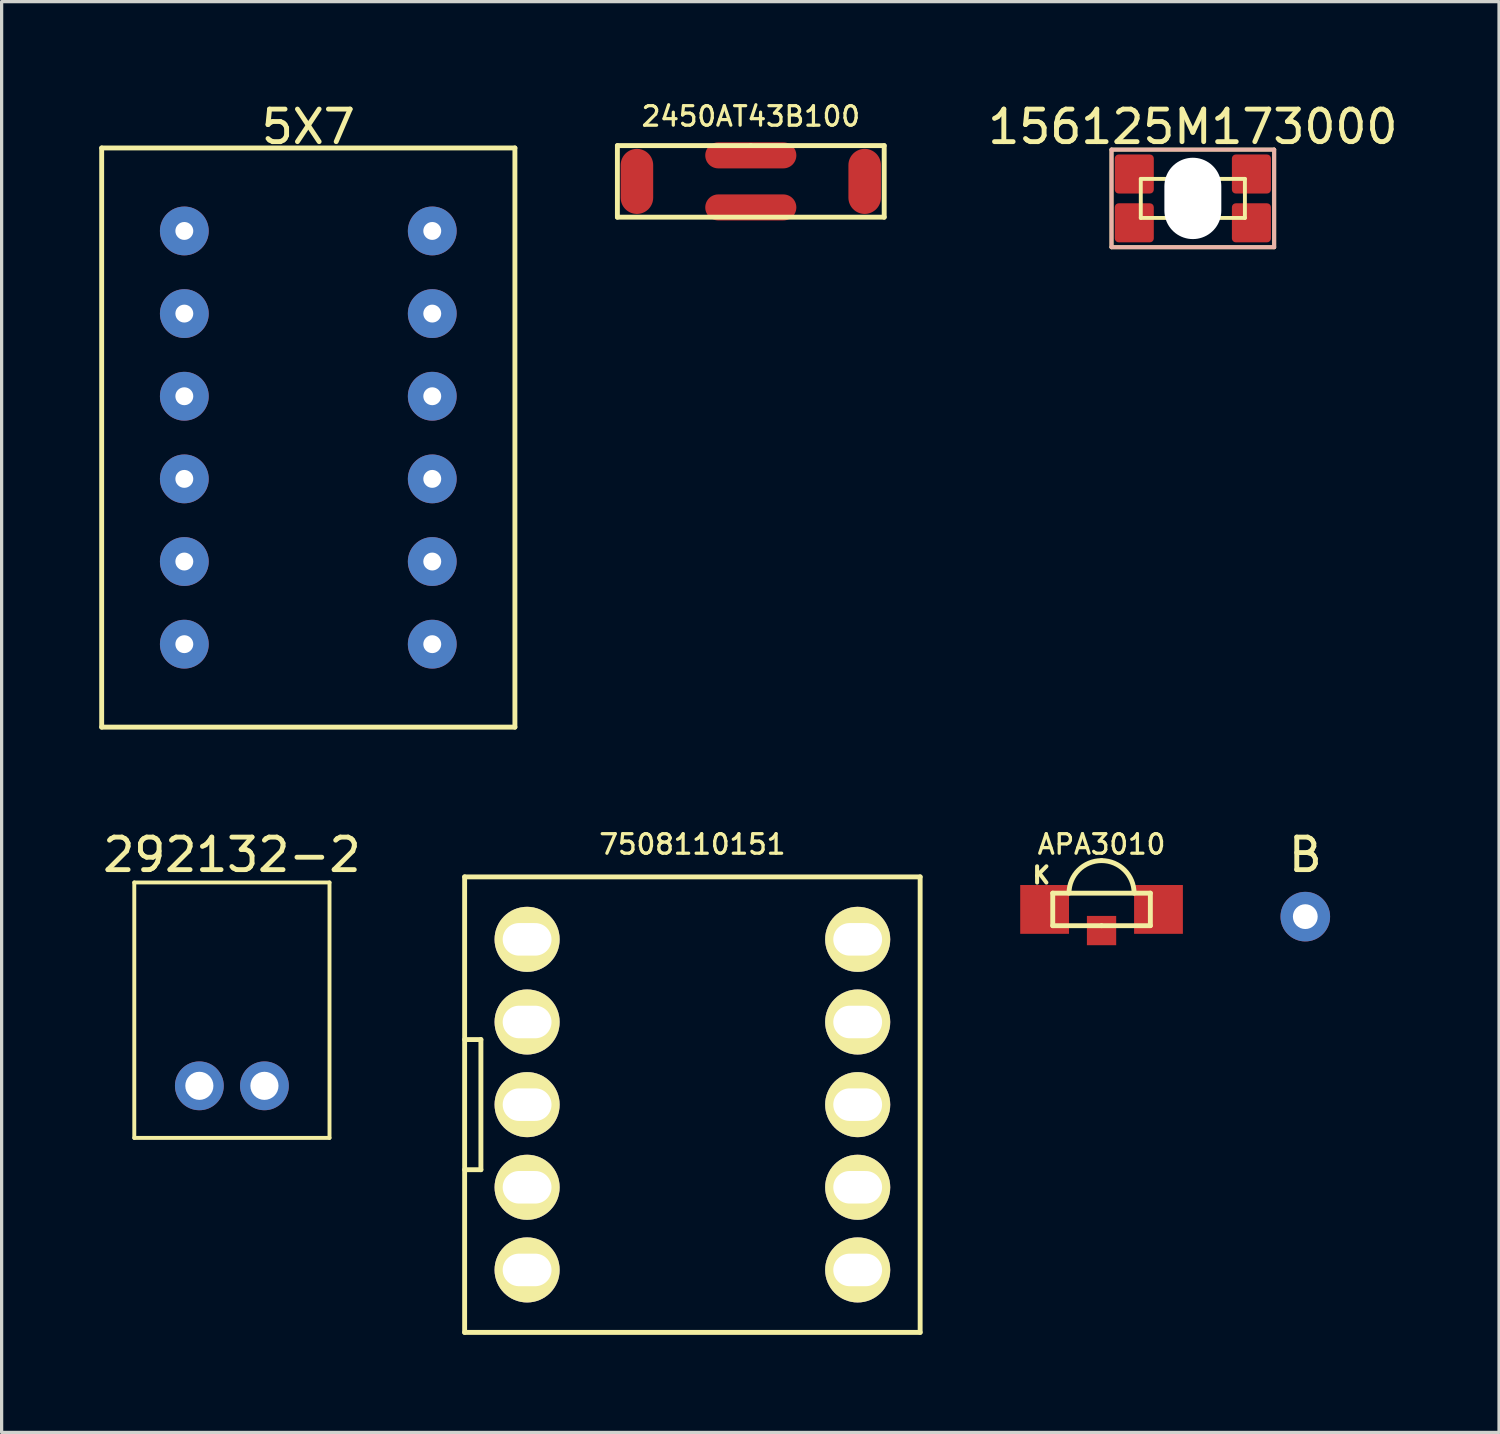
<source format=kicad_pcb>
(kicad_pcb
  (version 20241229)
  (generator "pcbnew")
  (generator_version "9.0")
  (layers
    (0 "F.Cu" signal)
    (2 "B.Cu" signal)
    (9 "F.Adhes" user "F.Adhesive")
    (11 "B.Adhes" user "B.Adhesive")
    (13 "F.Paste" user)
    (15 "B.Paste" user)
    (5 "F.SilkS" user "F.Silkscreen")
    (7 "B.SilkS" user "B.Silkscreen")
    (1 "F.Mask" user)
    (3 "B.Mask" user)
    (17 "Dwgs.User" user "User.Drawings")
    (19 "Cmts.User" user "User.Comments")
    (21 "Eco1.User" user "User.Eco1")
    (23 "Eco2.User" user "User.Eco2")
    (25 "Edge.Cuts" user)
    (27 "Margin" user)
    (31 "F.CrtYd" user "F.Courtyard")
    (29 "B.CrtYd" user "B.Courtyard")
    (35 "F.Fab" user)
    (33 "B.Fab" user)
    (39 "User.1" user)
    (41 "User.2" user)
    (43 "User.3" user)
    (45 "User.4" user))
  (footprint "5X7"
    (layer "F.Cu")
    (at 6.425 10.398)
    (property "Reference" "5X7" (at 0 -9.55 0) (layer "F.SilkS") (effects (font (size 1 1) (thickness 0.15))))
    (attr through_hole)
    (fp_line (start -6.35 -8.9) (end 6.35 -8.9) (stroke (width 0.15) (type solid)) (layer "F.SilkS"))
    (fp_line (start -6.35 8.9) (end -6.35 -8.9) (stroke (width 0.15) (type solid)) (layer "F.SilkS"))
    (fp_line (start 6.35 -8.9) (end 6.35 8.9) (stroke (width 0.15) (type solid)) (layer "F.SilkS"))
    (fp_line (start 6.35 8.9) (end -6.35 8.9) (stroke (width 0.15) (type solid)) (layer "F.SilkS"))
    (pad "1" thru_hole circle (at -3.81 -6.35) (size 1.5 1.5) (drill 0.55) (layers "*.Cu" "*.Mask"))
    (pad "2" thru_hole circle (at -3.81 -3.81) (size 1.5 1.5) (drill 0.55) (layers "*.Cu" "*.Mask"))
    (pad "3" thru_hole circle (at -3.81 -1.27) (size 1.5 1.5) (drill 0.55) (layers "*.Cu" "*.Mask"))
    (pad "4" thru_hole circle (at -3.81 1.27) (size 1.5 1.5) (drill 0.55) (layers "*.Cu" "*.Mask"))
    (pad "5" thru_hole circle (at -3.81 3.81) (size 1.5 1.5) (drill 0.55) (layers "*.Cu" "*.Mask"))
    (pad "6" thru_hole circle (at -3.81 6.35) (size 1.5 1.5) (drill 0.55) (layers "*.Cu" "*.Mask"))
    (pad "7" thru_hole circle (at 3.81 6.35) (size 1.5 1.5) (drill 0.55) (layers "*.Cu" "*.Mask"))
    (pad "8" thru_hole circle (at 3.81 3.81) (size 1.5 1.5) (drill 0.55) (layers "*.Cu" "*.Mask"))
    (pad "9" thru_hole circle (at 3.81 1.27) (size 1.5 1.5) (drill 0.55) (layers "*.Cu" "*.Mask"))
    (pad "10" thru_hole circle (at 3.81 -1.27) (size 1.5 1.5) (drill 0.55) (layers "*.Cu" "*.Mask"))
    (pad "11" thru_hole circle (at 3.81 -3.81) (size 1.5 1.5) (drill 0.55) (layers "*.Cu" "*.Mask"))
    (pad "12" thru_hole circle (at 3.81 -6.35) (size 1.5 1.5) (drill 0.55) (layers "*.Cu" "*.Mask")))
  (footprint "APA3010"
    (layer "F.Cu")
    (at 30.805 24.9)
    (property "Reference" "APA3010" (at 0 -2 0) (layer "F.SilkS") (effects (font (size 0.6 0.6) (thickness 0.1))))
    (attr smd)
    (fp_line (start -1.5 -0.5) (end 1.5 -0.5) (stroke (width 0.15) (type solid)) (layer "F.SilkS"))
    (fp_line (start -1.5 0.5) (end -1.5 -0.5) (stroke (width 0.15) (type solid)) (layer "F.SilkS"))
    (fp_line (start 0 0.5) (end -1.5 0.5) (stroke (width 0.15) (type solid)) (layer "F.SilkS"))
    (fp_line (start 1.5 -0.5) (end 1.5 0.5) (stroke (width 0.15) (type solid)) (layer "F.SilkS"))
    (fp_line (start 1.5 0.5) (end 0 0.5) (stroke (width 0.15) (type solid)) (layer "F.SilkS"))
    (fp_arc (start -1 -0.5) (mid -0.707107 -1.207107) (end 0 -1.5) (stroke (width 0.15) (type solid)) (layer "F.SilkS"))
    (fp_arc (start 0 -1.5) (mid 0.707107 -1.207107) (end 1 -0.5) (stroke (width 0.15) (type solid)) (layer "F.SilkS"))
    (fp_text user "K" (at -1.85 -1.05 180) (layer "F.SilkS") (effects (font (size 0.5 0.5) (thickness 0.124))))
    (pad "1" smd rect (at 1.75 0 180) (size 1.5 1.5) (layers "F.Cu" "F.Mask" "F.Paste"))
    (pad "2" smd rect (at -1.75 0 180) (size 1.5 1.5) (layers "F.Cu" "F.Mask" "F.Paste"))
    (pad "~" smd rect (at 0 0.65 180) (size 0.9 0.9) (layers "F.Cu" "F.Mask" "F.Paste")))
  (footprint "2450AT43B100"
    (layer "F.Cu")
    (at 20.025 2.525)
    (property "Reference" "2450AT43B100" (at 0 -2 0) (layer "F.SilkS") (effects (font (size 0.599 0.599) (thickness 0.099))))
    (attr through_hole)
    (fp_line (start -4.1 -1.1) (end -4.1 1.1) (stroke (width 0.15) (type solid)) (layer "F.SilkS"))
    (fp_line (start -4.1 1.1) (end 4.1 1.1) (stroke (width 0.15) (type solid)) (layer "F.SilkS"))
    (fp_line (start 0 -1.1) (end -4.1 -1.1) (stroke (width 0.15) (type solid)) (layer "F.SilkS"))
    (fp_line (start 4.1 -1.1) (end 0 -1.1) (stroke (width 0.15) (type solid)) (layer "F.SilkS"))
    (fp_line (start 4.1 1.1) (end 4.1 -1.1) (stroke (width 0.15) (type solid)) (layer "F.SilkS"))
    (pad "1" smd oval (at -3.5 0) (size 1 2) (layers "F.Cu" "F.Mask" "F.Paste"))
    (pad "2" smd oval (at 3.5 0) (size 1 2) (layers "F.Cu" "F.Mask" "F.Paste"))
    (pad "3" smd oval (at 0 -0.8 90) (size 0.8 2.8) (layers "F.Cu" "F.Mask" "F.Paste"))
    (pad "4" smd oval (at 0 0.8 90) (size 0.8 2.8) (layers "F.Cu" "F.Mask" "F.Paste")))
  (footprint "7508110151"
    (layer "F.Cu")
    (at 18.23 30.9)
    (property "Reference" "7508110151" (at 0 -8 0) (layer "F.SilkS") (effects (font (size 0.6 0.6) (thickness 0.1))))
    (attr through_hole)
    (fp_line (start -7 -7) (end -7 7) (stroke (width 0.15) (type solid)) (layer "F.SilkS"))
    (fp_line (start -7 -2) (end -6.5 -2) (stroke (width 0.15) (type solid)) (layer "F.SilkS"))
    (fp_line (start -7 7) (end 7 7) (stroke (width 0.15) (type solid)) (layer "F.SilkS"))
    (fp_line (start -6.5 -2) (end -6.5 2) (stroke (width 0.15) (type solid)) (layer "F.SilkS"))
    (fp_line (start -6.5 2) (end -7 2) (stroke (width 0.15) (type solid)) (layer "F.SilkS"))
    (fp_line (start 7 -7) (end -7 -7) (stroke (width 0.15) (type solid)) (layer "F.SilkS"))
    (fp_line (start 7 7) (end 7 -7) (stroke (width 0.15) (type solid)) (layer "F.SilkS"))
    (pad "1" thru_hole circle (at -5.08 5.08) (size 2 2) (drill oval 1.5 1) (layers "*.Cu" "*.Paste" "*.Mask" "F.SilkS"))
    (pad "2" thru_hole circle (at -5.08 2.54) (size 2 2) (drill oval 1.5 1) (layers "*.Cu" "*.Paste" "*.Mask" "F.SilkS"))
    (pad "3" thru_hole circle (at -5.08 0) (size 2 2) (drill oval 1.5 1) (layers "*.Cu" "*.Paste" "*.Mask" "F.SilkS"))
    (pad "4" thru_hole circle (at -5.08 -2.54) (size 2 2) (drill oval 1.5 1) (layers "*.Cu" "*.Paste" "*.Mask" "F.SilkS"))
    (pad "5" thru_hole circle (at -5.08 -5.08) (size 2 2) (drill oval 1.5 1) (layers "*.Cu" "*.Paste" "*.Mask" "F.SilkS"))
    (pad "6" thru_hole circle (at 5.08 -5.08) (size 2 2) (drill oval 1.5 1) (layers "*.Cu" "*.Paste" "*.Mask" "F.SilkS"))
    (pad "7" thru_hole circle (at 5.08 -2.54) (size 2 2) (drill oval 1.5 1) (layers "*.Cu" "*.Paste" "*.Mask" "F.SilkS"))
    (pad "8" thru_hole circle (at 5.08 0) (size 2 2) (drill oval 1.5 1) (layers "*.Cu" "*.Paste" "*.Mask" "F.SilkS"))
    (pad "9" thru_hole circle (at 5.08 2.54) (size 2 2) (drill oval 1.5 1) (layers "*.Cu" "*.Paste" "*.Mask" "F.SilkS"))
    (pad "10" thru_hole circle (at 5.08 5.08) (size 2 2) (drill oval 1.5 1) (layers "*.Cu" "*.Paste" "*.Mask" "F.SilkS")))
  (footprint "156125M173000"
    (layer "F.Cu")
    (at 33.611 3.048)
    (property "Reference" "156125M173000" (at 0 -2.2 0) (unlocked yes) (layer "F.SilkS") (effects (font (size 1 1) (thickness 0.15))))
    (attr smd)
    (fp_line (start -2.5 -1.5) (end -2.5 1.5) (stroke (width 0.12) (type solid)) (layer "F.SilkS"))
    (fp_line (start -2.5 1.5) (end 2.5 1.5) (stroke (width 0.12) (type solid)) (layer "F.SilkS"))
    (fp_line (start -1.6 -0.6) (end -1.6 0.6) (stroke (width 0.12) (type solid)) (layer "F.SilkS"))
    (fp_line (start -1.6 0.6) (end 1.6 0.6) (stroke (width 0.12) (type solid)) (layer "F.SilkS"))
    (fp_line (start 0 -0.6) (end -1.6 -0.6) (stroke (width 0.12) (type solid)) (layer "F.SilkS"))
    (fp_line (start 1.6 -0.6) (end 0 -0.6) (stroke (width 0.12) (type solid)) (layer "F.SilkS"))
    (fp_line (start 1.6 0.6) (end 1.6 -0.6) (stroke (width 0.12) (type solid)) (layer "F.SilkS"))
    (fp_line (start 2.5 -1.5) (end -2.5 -1.5) (stroke (width 0.12) (type solid)) (layer "F.SilkS"))
    (fp_line (start 2.5 1.5) (end 2.5 -1.5) (stroke (width 0.12) (type solid)) (layer "F.SilkS"))
    (fp_line (start -2.5 -1.5) (end -2.5 1.5) (stroke (width 0.12) (type solid)) (layer "B.SilkS"))
    (fp_line (start -2.5 1.5) (end 2.5 1.5) (stroke (width 0.12) (type solid)) (layer "B.SilkS"))
    (fp_line (start 2.5 -1.5) (end -2.5 -1.5) (stroke (width 0.12) (type solid)) (layer "B.SilkS"))
    (fp_line (start 2.5 1.5) (end 2.5 -1.5) (stroke (width 0.12) (type solid)) (layer "B.SilkS"))
    (pad "" np_thru_hole oval (at 0 0) (size 1.75 2.5) (drill oval 1.75 2.5) (layers "*.Cu" "*.Mask"))
    (pad "1" smd roundrect (at -1.8 -0.75) (size 1.2 1.2) (layers "F.Cu" "F.Mask" "F.Paste") (roundrect_rratio 0.1))
    (pad "2" smd roundrect (at -1.8 0.75) (size 1.2 1.2) (layers "F.Cu" "F.Mask" "F.Paste") (roundrect_rratio 0.1))
    (pad "3" smd roundrect (at 1.8 0.75) (size 1.2 1.2) (layers "F.Cu" "F.Mask" "F.Paste") (roundrect_rratio 0.1))
    (pad "4" smd roundrect (at 1.8 -0.75) (size 1.2 1.2) (layers "F.Cu" "F.Mask" "F.Paste") (roundrect_rratio 0.1)))
  (footprint "292132-2"
    (layer "F.Cu")
    (at 4.077 30.322)
    (property "Reference" "292132-2" (at 0 -7.1 0) (unlocked yes) (layer "F.SilkS") (effects (font (size 1 1) (thickness 0.15))))
    (attr through_hole)
    (fp_line (start -3 -6.25) (end 3 -6.25) (stroke (width 0.12) (type default)) (layer "F.SilkS"))
    (fp_line (start -3 1.6) (end -3 -6.25) (stroke (width 0.12) (type default)) (layer "F.SilkS"))
    (fp_line (start 3 -6.25) (end 3 1.6) (stroke (width 0.12) (type default)) (layer "F.SilkS"))
    (fp_line (start 3 1.6) (end -3 1.6) (stroke (width 0.12) (type default)) (layer "F.SilkS"))
    (pad "1" thru_hole circle (at -1 0) (size 1.5 1.5) (drill 0.864) (layers "*.Cu" "*.Mask"))
    (pad "2" thru_hole circle (at 1 0) (size 1.5 1.5) (drill 0.864) (layers "*.Cu" "*.Mask")))
  (footprint "B"
    (layer "F.Cu")
    (at 37.067 25.122)
    (property "Reference" "B" (at 0 -1.9 0) (layer "F.SilkS") (effects (font (size 1 1) (thickness 0.15))))
    (attr through_hole)
    (pad "1" thru_hole circle (at 0 0) (size 1.524 1.524) (drill 0.762) (layers "*.Cu" "*.Mask")))
  (gr_rect
    (start -3 -3)
    (end 43.021 40.975)
    (stroke (width 0.1) (type default))
    (fill no)
    (layer "Edge.Cuts")))
</source>
